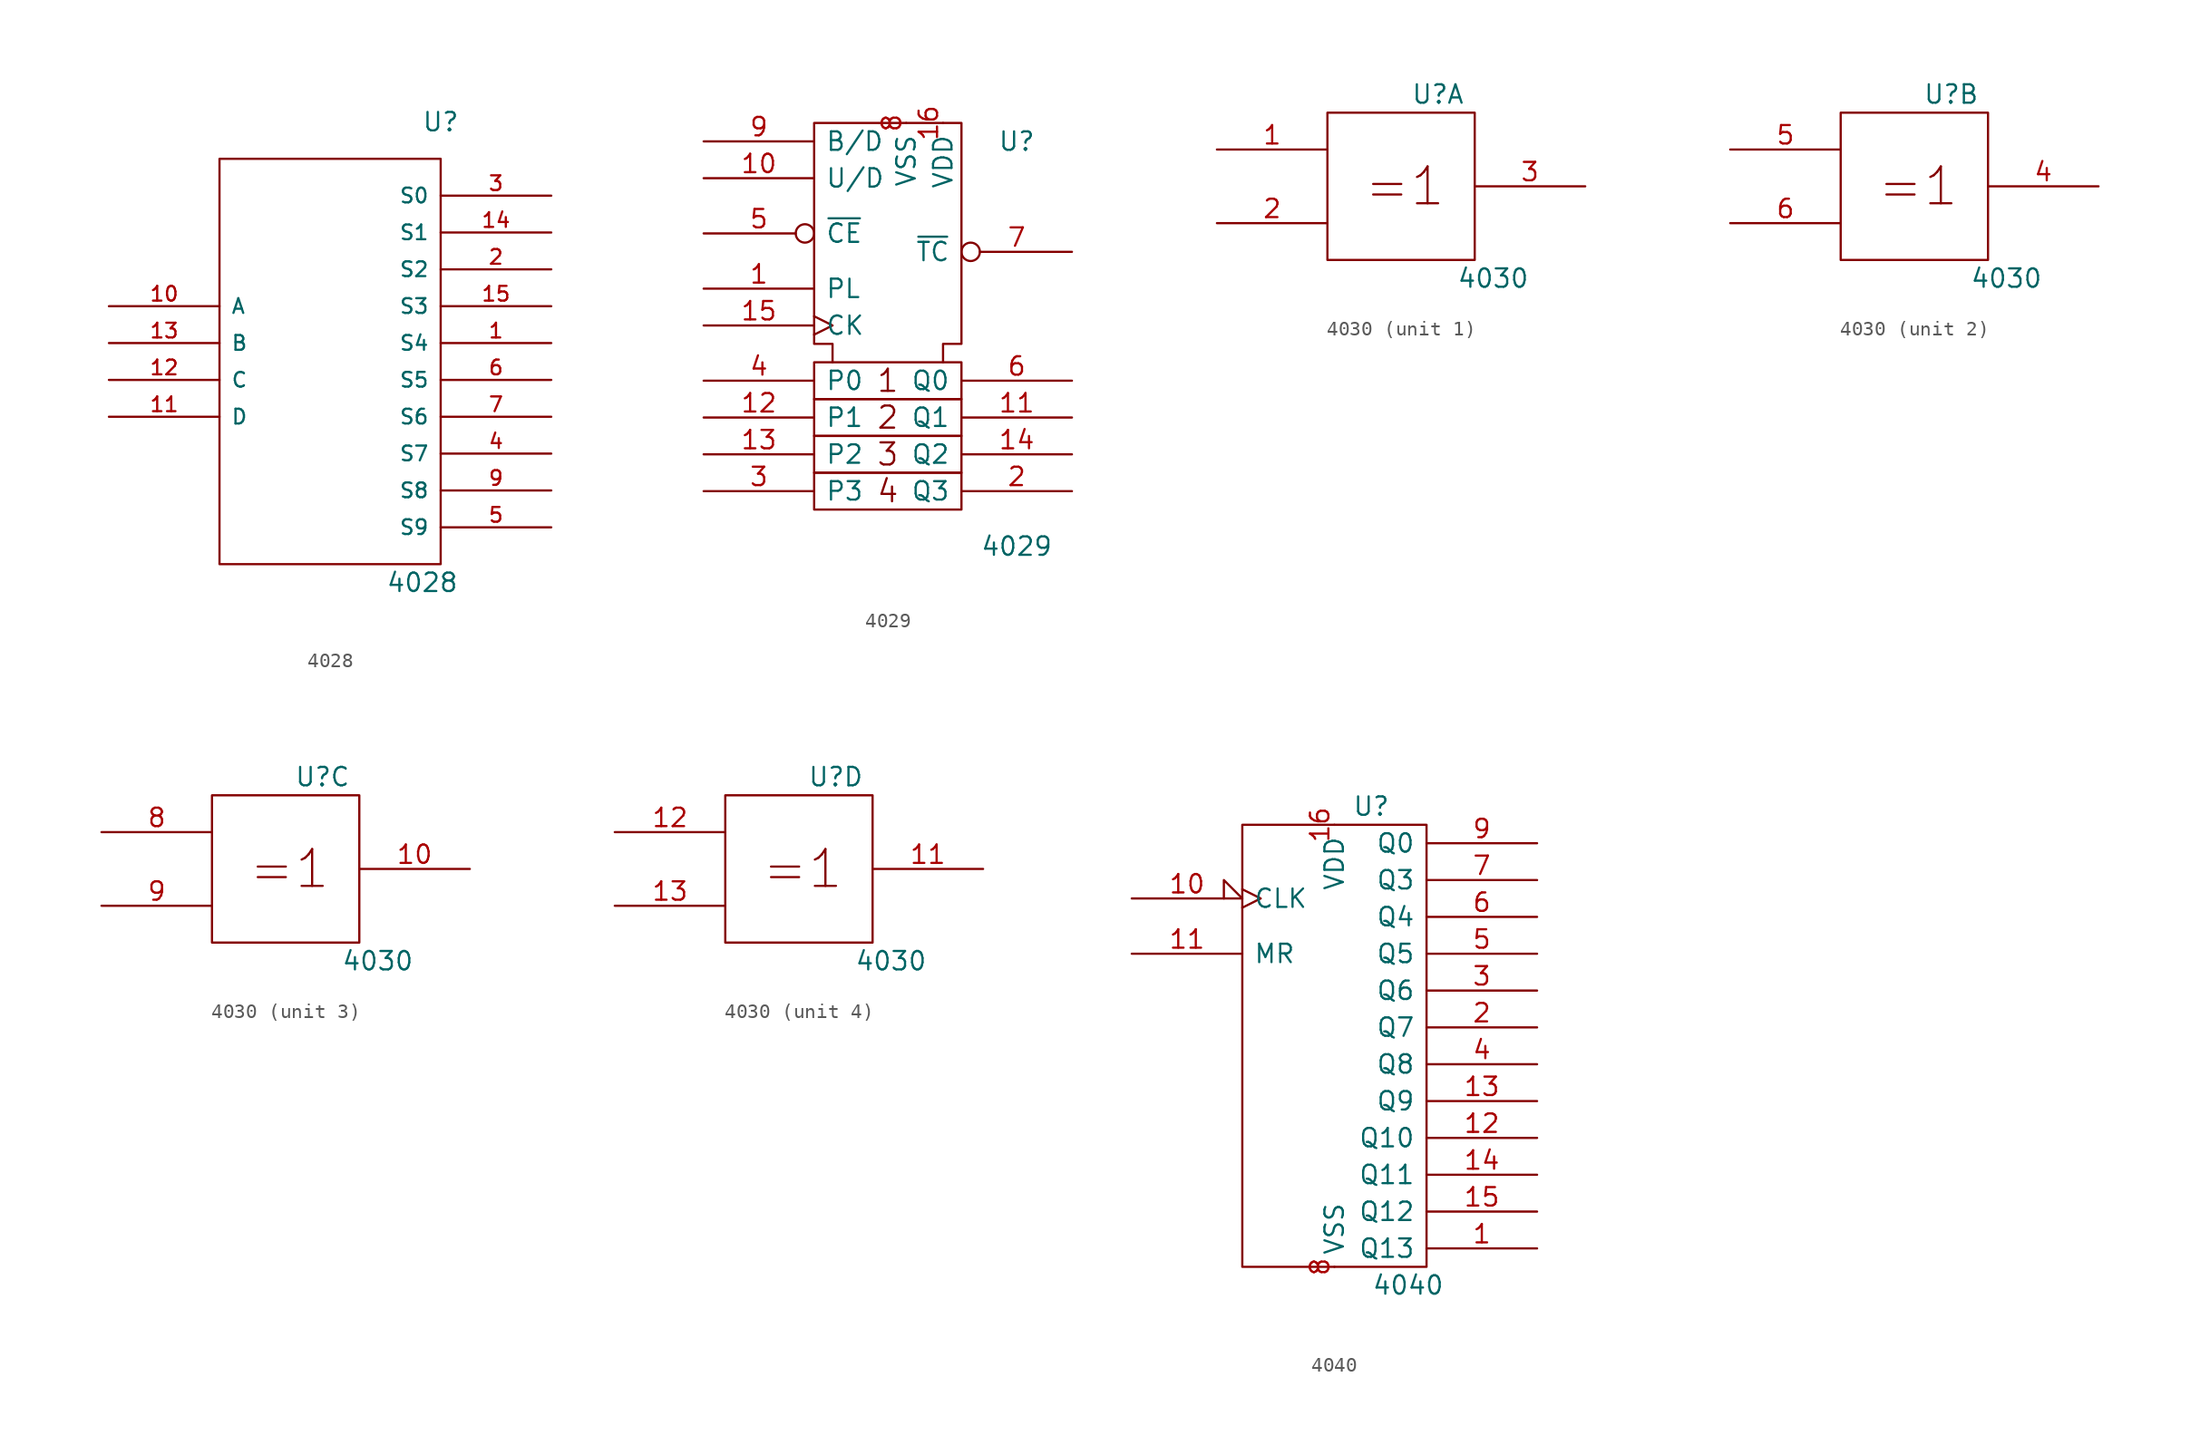
<source format=kicad_sym>
(kicad_symbol_lib
  (version 20201005)
  (generator kicad_symbol_editor)
  (symbol "4xxx_IEEE:4028"
    (pin_names
      (offset 0.762))
    (property "Reference" "U"
      (at 7.62 16.51 0)
      (effects (font (size 1.27 1.27))))
    (property "Value" "4028"
      (at 6.35 -15.24 0)
      (effects (font (size 1.27 1.27))))
    (symbol "4028_0_0"
      (pin power_in line (at 0 13.97 270) (length 0) hide (name "VDD" (effects (font (size 1.016 1.016)))) (number "16" (effects (font (size 1.016 1.016))))))
    (symbol "4028_0_1"
      (rectangle (start -7.62 13.97) (end 7.62 -13.97) (stroke (width 0)) (fill (type none)))
      (pin power_in line (at 0 -13.97 90) (length 0) hide (name "VSS" (effects (font (size 1.016 1.016)))) (number "8" (effects (font (size 1.016 1.016))))))
    (symbol "4028_1_1"
      (pin output line (at 15.24 1.27 180) (length 7.62) (name "S4" (effects (font (size 1.016 1.016)))) (number "1" (effects (font (size 1.016 1.016)))))
      (pin input line (at -15.24 3.81 0) (length 7.62) (name "A" (effects (font (size 1.016 1.016)))) (number "10" (effects (font (size 1.016 1.016)))))
      (pin input line (at -15.24 -3.81 0) (length 7.62) (name "D" (effects (font (size 1.016 1.016)))) (number "11" (effects (font (size 1.016 1.016)))))
      (pin input line (at -15.24 -1.27 0) (length 7.62) (name "C" (effects (font (size 1.016 1.016)))) (number "12" (effects (font (size 1.016 1.016)))))
      (pin input line (at -15.24 1.27 0) (length 7.62) (name "B" (effects (font (size 1.016 1.016)))) (number "13" (effects (font (size 1.016 1.016)))))
      (pin output line (at 15.24 8.89 180) (length 7.62) (name "S1" (effects (font (size 1.016 1.016)))) (number "14" (effects (font (size 1.016 1.016)))))
      (pin output line (at 15.24 3.81 180) (length 7.62) (name "S3" (effects (font (size 1.016 1.016)))) (number "15" (effects (font (size 1.016 1.016)))))
      (pin output line (at 15.24 6.35 180) (length 7.62) (name "S2" (effects (font (size 1.016 1.016)))) (number "2" (effects (font (size 1.016 1.016)))))
      (pin output line (at 15.24 11.43 180) (length 7.62) (name "S0" (effects (font (size 1.016 1.016)))) (number "3" (effects (font (size 1.016 1.016)))))
      (pin output line (at 15.24 -6.35 180) (length 7.62) (name "S7" (effects (font (size 1.016 1.016)))) (number "4" (effects (font (size 1.016 1.016)))))
      (pin output line (at 15.24 -11.43 180) (length 7.62) (name "S9" (effects (font (size 1.016 1.016)))) (number "5" (effects (font (size 1.016 1.016)))))
      (pin output line (at 15.24 -1.27 180) (length 7.62) (name "S5" (effects (font (size 1.016 1.016)))) (number "6" (effects (font (size 1.016 1.016)))))
      (pin output line (at 15.24 -3.81 180) (length 7.62) (name "S6" (effects (font (size 1.016 1.016)))) (number "7" (effects (font (size 1.016 1.016)))))
      (pin output line (at 15.24 -8.89 180) (length 7.62) (name "S8" (effects (font (size 1.016 1.016)))) (number "9" (effects (font (size 1.016 1.016)))))))
  (symbol "4xxx_IEEE:4029"
    (pin_names
      (offset 0.762))
    (property "Reference" "U"
      (at 8.89 8.89 0)
      (effects (font (size 1.27 1.27))))
    (property "Value" "4029"
      (at 8.89 -19.05 0)
      (effects (font (size 1.27 1.27))))
    (symbol "4029_0_0"
      (text "1" (at 0 -7.62 0) (effects (font (size 1.524 1.524))))
      (text "2" (at 0 -10.16 0) (effects (font (size 1.524 1.524))))
      (text "3" (at 0 -12.7 0) (effects (font (size 1.524 1.524))))
      (text "4" (at 0 -15.24 0) (effects (font (size 1.524 1.524))))
      (rectangle (start -5.08 -13.97) (end 5.08 -16.51) (stroke (width 0)) (fill (type none)))
      (rectangle (start -5.08 -11.43) (end 5.08 -13.97) (stroke (width 0)) (fill (type none)))
      (rectangle (start -5.08 -8.89) (end 5.08 -11.43) (stroke (width 0)) (fill (type none)))
      (rectangle (start -5.08 -6.35) (end 5.08 -8.89) (stroke (width 0)) (fill (type none)))
      (polyline (pts (xy -3.81 -6.35) (xy -3.81 -5.08) (xy -5.08 -5.08) (xy -5.08 10.16) (xy 5.08 10.16) (xy 5.08 -5.08) (xy 3.81 -5.08) (xy 3.81 -6.35) (xy 3.81 -6.35)) (stroke (width 0)) (fill (type none))))
    (symbol "4029_1_1"
      (pin input line (at -12.7 -1.27 0) (length 7.62) (name "PL" (effects (font (size 1.27 1.27)))) (number "1" (effects (font (size 1.27 1.27)))))
      (pin input line (at -12.7 6.35 0) (length 7.62) (name "U/D" (effects (font (size 1.27 1.27)))) (number "10" (effects (font (size 1.27 1.27)))))
      (pin output line (at 12.7 -10.16 180) (length 7.62) (name "Q1" (effects (font (size 1.27 1.27)))) (number "11" (effects (font (size 1.27 1.27)))))
      (pin input line (at -12.7 -10.16 0) (length 7.62) (name "P1" (effects (font (size 1.27 1.27)))) (number "12" (effects (font (size 1.27 1.27)))))
      (pin input line (at -12.7 -12.7 0) (length 7.62) (name "P2" (effects (font (size 1.27 1.27)))) (number "13" (effects (font (size 1.27 1.27)))))
      (pin output line (at 12.7 -12.7 180) (length 7.62) (name "Q2" (effects (font (size 1.27 1.27)))) (number "14" (effects (font (size 1.27 1.27)))))
      (pin input clock (at -12.7 -3.81 0) (length 7.62) (name "CK" (effects (font (size 1.27 1.27)))) (number "15" (effects (font (size 1.27 1.27)))))
      (pin power_in line (at 3.81 10.16 270) (length 0) (name "VDD" (effects (font (size 1.27 1.27)))) (number "16" (effects (font (size 1.27 1.27)))))
      (pin output line (at 12.7 -15.24 180) (length 7.62) (name "Q3" (effects (font (size 1.27 1.27)))) (number "2" (effects (font (size 1.27 1.27)))))
      (pin input line (at -12.7 -15.24 0) (length 7.62) (name "P3" (effects (font (size 1.27 1.27)))) (number "3" (effects (font (size 1.27 1.27)))))
      (pin input line (at -12.7 -7.62 0) (length 7.62) (name "P0" (effects (font (size 1.27 1.27)))) (number "4" (effects (font (size 1.27 1.27)))))
      (pin input inverted (at -12.7 2.54 0) (length 7.62) (name "~CE" (effects (font (size 1.27 1.27)))) (number "5" (effects (font (size 1.27 1.27)))))
      (pin output line (at 12.7 -7.62 180) (length 7.62) (name "Q0" (effects (font (size 1.27 1.27)))) (number "6" (effects (font (size 1.27 1.27)))))
      (pin output inverted (at 12.7 1.27 180) (length 7.62) (name "~TC" (effects (font (size 1.27 1.27)))) (number "7" (effects (font (size 1.27 1.27)))))
      (pin power_in line (at 1.27 10.16 270) (length 0) (name "VSS" (effects (font (size 1.27 1.27)))) (number "8" (effects (font (size 1.27 1.27)))))
      (pin input line (at -12.7 8.89 0) (length 7.62) (name "B/D" (effects (font (size 1.27 1.27)))) (number "9" (effects (font (size 1.27 1.27)))))))
  (symbol "4xxx_IEEE:4030"
    (pin_names
      (offset 0.762))
    (property "Reference" "U"
      (at 2.54 6.35 0)
      (effects (font (size 1.27 1.27))))
    (property "Value" "4030"
      (at 6.35 -6.35 0)
      (effects (font (size 1.27 1.27))))
    (symbol "4030_0_0"
      (text "=1" (at 0.254 0 0) (effects (font (size 2.54 2.54))))
      (rectangle (start -5.08 5.08) (end 5.08 -5.08) (stroke (width 0)) (fill (type none)))
      (pin power_in line (at 0 5.08 270) (length 0) hide (name "Vdd" (effects (font (size 1.27 1.27)))) (number "14" (effects (font (size 1.27 1.27)))))
      (pin power_in line (at 0 -5.08 90) (length 0) hide (name "Vss" (effects (font (size 1.27 1.27)))) (number "7" (effects (font (size 1.27 1.27))))))
    (symbol "4030_1_1"
      (pin input line (at -12.7 2.54 0) (length 7.62) (name "~" (effects (font (size 1.27 1.27)))) (number "1" (effects (font (size 1.27 1.27)))))
      (pin input line (at -12.7 -2.54 0) (length 7.62) (name "~" (effects (font (size 1.27 1.27)))) (number "2" (effects (font (size 1.27 1.27)))))
      (pin output line (at 12.7 0 180) (length 7.62) (name "~" (effects (font (size 1.27 1.27)))) (number "3" (effects (font (size 1.27 1.27))))))
    (symbol "4030_2_1"
      (pin output line (at 12.7 0 180) (length 7.62) (name "~" (effects (font (size 1.27 1.27)))) (number "4" (effects (font (size 1.27 1.27)))))
      (pin input line (at -12.7 2.54 0) (length 7.62) (name "~" (effects (font (size 1.27 1.27)))) (number "5" (effects (font (size 1.27 1.27)))))
      (pin input line (at -12.7 -2.54 0) (length 7.62) (name "~" (effects (font (size 1.27 1.27)))) (number "6" (effects (font (size 1.27 1.27))))))
    (symbol "4030_3_1"
      (pin output line (at 12.7 0 180) (length 7.62) (name "~" (effects (font (size 1.27 1.27)))) (number "10" (effects (font (size 1.27 1.27)))))
      (pin input line (at -12.7 2.54 0) (length 7.62) (name "~" (effects (font (size 1.27 1.27)))) (number "8" (effects (font (size 1.27 1.27)))))
      (pin input line (at -12.7 -2.54 0) (length 7.62) (name "~" (effects (font (size 1.27 1.27)))) (number "9" (effects (font (size 1.27 1.27))))))
    (symbol "4030_4_1"
      (pin output line (at 12.7 0 180) (length 7.62) (name "~" (effects (font (size 1.27 1.27)))) (number "11" (effects (font (size 1.27 1.27)))))
      (pin input line (at -12.7 2.54 0) (length 7.62) (name "~" (effects (font (size 1.27 1.27)))) (number "12" (effects (font (size 1.27 1.27)))))
      (pin input line (at -12.7 -2.54 0) (length 7.62) (name "~" (effects (font (size 1.27 1.27)))) (number "13" (effects (font (size 1.27 1.27)))))))
  (symbol "4xxx_IEEE:4040"
    (pin_names
      (offset 0.762))
    (property "Reference" "U"
      (at 2.54 16.51 0)
      (effects (font (size 1.27 1.27))))
    (property "Value" "4040"
      (at 5.08 -16.51 0)
      (effects (font (size 1.27 1.27))))
    (symbol "4040_0_0"
      (rectangle (start -6.35 15.24) (end 6.35 -15.24) (stroke (width 0)) (fill (type none)))
      (pin power_in line (at 0 15.24 270) (length 0) (name "VDD" (effects (font (size 1.27 1.27)))) (number "16" (effects (font (size 1.27 1.27)))))
      (pin power_in line (at 0 -15.24 90) (length 0) (name "VSS" (effects (font (size 1.27 1.27)))) (number "8" (effects (font (size 1.27 1.27))))))
    (symbol "4040_1_1"
      (pin output line (at 13.97 -13.97 180) (length 7.62) (name "Q13" (effects (font (size 1.27 1.27)))) (number "1" (effects (font (size 1.27 1.27)))))
      (pin input clock_low (at -13.97 10.16 0) (length 7.62) (name "CLK" (effects (font (size 1.27 1.27)))) (number "10" (effects (font (size 1.27 1.27)))))
      (pin input line (at -13.97 6.35 0) (length 7.62) (name "MR" (effects (font (size 1.27 1.27)))) (number "11" (effects (font (size 1.27 1.27)))))
      (pin output line (at 13.97 -6.35 180) (length 7.62) (name "Q10" (effects (font (size 1.27 1.27)))) (number "12" (effects (font (size 1.27 1.27)))))
      (pin output line (at 13.97 -3.81 180) (length 7.62) (name "Q9" (effects (font (size 1.27 1.27)))) (number "13" (effects (font (size 1.27 1.27)))))
      (pin output line (at 13.97 -8.89 180) (length 7.62) (name "Q11" (effects (font (size 1.27 1.27)))) (number "14" (effects (font (size 1.27 1.27)))))
      (pin output line (at 13.97 -11.43 180) (length 7.62) (name "Q12" (effects (font (size 1.27 1.27)))) (number "15" (effects (font (size 1.27 1.27)))))
      (pin output line (at 13.97 1.27 180) (length 7.62) (name "Q7" (effects (font (size 1.27 1.27)))) (number "2" (effects (font (size 1.27 1.27)))))
      (pin output line (at 13.97 3.81 180) (length 7.62) (name "Q6" (effects (font (size 1.27 1.27)))) (number "3" (effects (font (size 1.27 1.27)))))
      (pin output line (at 13.97 -1.27 180) (length 7.62) (name "Q8" (effects (font (size 1.27 1.27)))) (number "4" (effects (font (size 1.27 1.27)))))
      (pin output line (at 13.97 6.35 180) (length 7.62) (name "Q5" (effects (font (size 1.27 1.27)))) (number "5" (effects (font (size 1.27 1.27)))))
      (pin output line (at 13.97 8.89 180) (length 7.62) (name "Q4" (effects (font (size 1.27 1.27)))) (number "6" (effects (font (size 1.27 1.27)))))
      (pin output line (at 13.97 11.43 180) (length 7.62) (name "Q3" (effects (font (size 1.27 1.27)))) (number "7" (effects (font (size 1.27 1.27)))))
      (pin output line (at 13.97 13.97 180) (length 7.62) (name "Q0" (effects (font (size 1.27 1.27)))) (number "9" (effects (font (size 1.27 1.27))))))))
</source>
